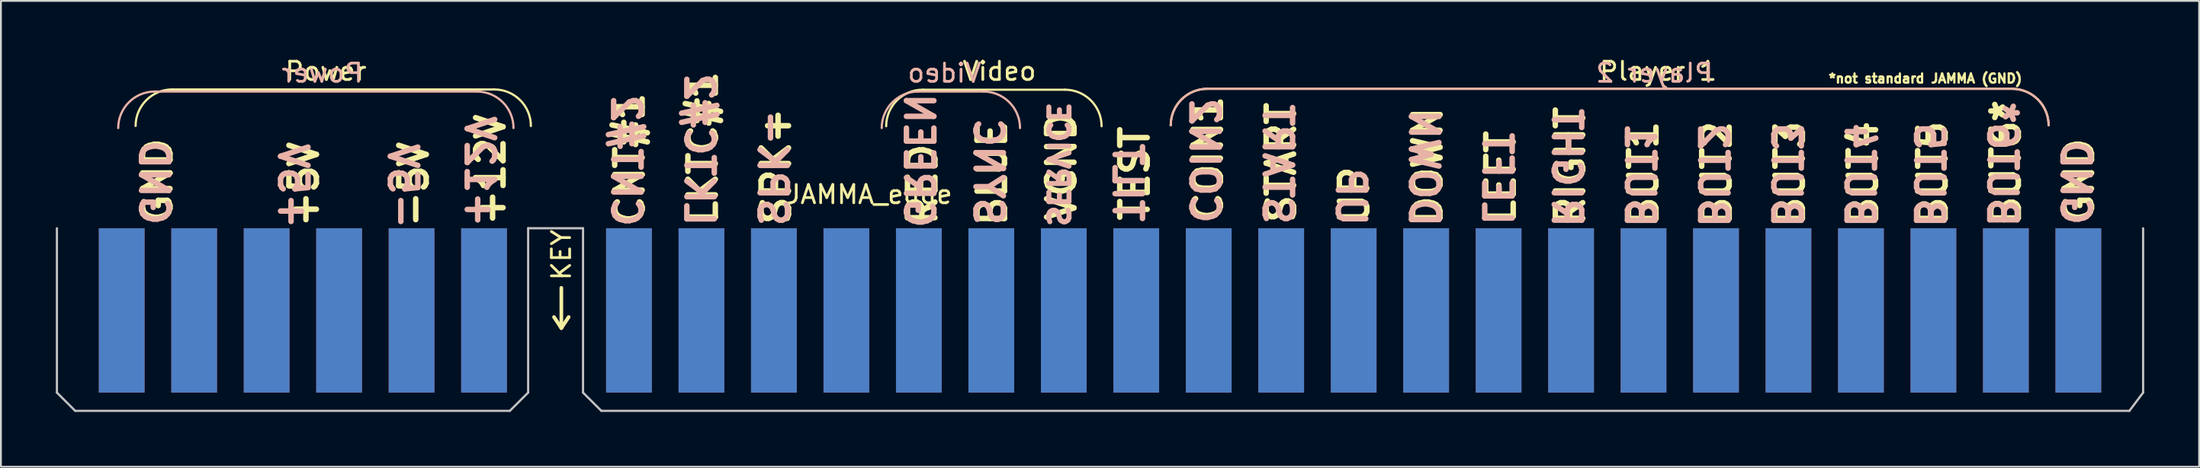
<source format=kicad_pcb>
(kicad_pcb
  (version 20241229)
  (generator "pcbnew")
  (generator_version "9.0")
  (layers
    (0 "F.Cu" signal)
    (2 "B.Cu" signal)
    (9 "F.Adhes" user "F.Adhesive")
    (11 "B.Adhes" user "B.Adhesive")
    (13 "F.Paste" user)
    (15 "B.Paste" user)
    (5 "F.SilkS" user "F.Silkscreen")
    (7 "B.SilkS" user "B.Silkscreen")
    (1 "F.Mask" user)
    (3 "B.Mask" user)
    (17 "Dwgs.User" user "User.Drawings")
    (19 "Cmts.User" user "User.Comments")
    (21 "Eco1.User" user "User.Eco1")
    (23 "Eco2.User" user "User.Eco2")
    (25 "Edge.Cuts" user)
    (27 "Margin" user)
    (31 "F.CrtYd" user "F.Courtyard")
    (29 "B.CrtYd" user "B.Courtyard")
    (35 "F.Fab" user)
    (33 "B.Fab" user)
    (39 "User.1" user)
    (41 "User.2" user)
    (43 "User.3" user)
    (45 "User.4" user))
  (footprint "JAMMA_edge"
    (layer "F.Cu")
    (at 57.06 18.448)
    (property "Reference" "JAMMA_edge" (at -12.6 -10.85 0) (layer "F.SilkS") (effects (font (size 1 1) (thickness 0.15))))
    (attr smd)
    (fp_poly (pts (xy 57 1) (xy -57 1) (xy -57 -9) (xy 57 -9)) (stroke (width 0.1) (type solid)) (fill yes) (layer "F.Mask"))
    (fp_poly (pts (xy 57 1) (xy -57 1) (xy -57 -9) (xy 57 -9)) (stroke (width 0.1) (type solid)) (fill yes) (layer "B.Mask"))
    (fp_line (start -33.1 -16.6) (end -50.7 -16.6) (stroke (width 0.12) (type solid)) (layer "F.SilkS"))
    (fp_line (start -29.836 -4.136) (end -29.436 -3.536) (stroke (width 0.2) (type solid)) (layer "F.SilkS"))
    (fp_line (start -29.436 -5.736) (end -29.436 -3.536) (stroke (width 0.2) (type solid)) (layer "F.SilkS"))
    (fp_line (start -29.436 -3.536) (end -29.036 -4.136) (stroke (width 0.2) (type solid)) (layer "F.SilkS"))
    (fp_line (start -9.686 -16.586) (end -1.914 -16.586) (stroke (width 0.12) (type solid)) (layer "F.SilkS"))
    (fp_line (start 49.836 -16.636) (end 5.864 -16.636) (stroke (width 0.12) (type solid)) (layer "F.SilkS"))
    (fp_arc (start -52.7 -14.6) (mid -52.114209 -16.014209) (end -50.7 -16.6) (stroke (width 0.12) (type solid)) (layer "F.SilkS"))
    (fp_arc (start -33.1 -16.6) (mid -31.685776 -16.014224) (end -31.1 -14.6) (stroke (width 0.12) (type solid)) (layer "F.SilkS"))
    (fp_arc (start -11.685786 -14.585786) (mid -11.1 -16) (end -9.685786 -16.585786) (stroke (width 0.12) (type solid)) (layer "F.SilkS"))
    (fp_arc (start -1.914214 -16.585786) (mid -0.499999 -16.000001) (end 0.085786 -14.585786) (stroke (width 0.12) (type solid)) (layer "F.SilkS"))
    (fp_arc (start 3.864214 -14.635786) (mid 4.449996 -16.050004) (end 5.864214 -16.635786) (stroke (width 0.12) (type solid)) (layer "F.SilkS"))
    (fp_arc (start 49.835786 -16.635786) (mid 51.250004 -16.050004) (end 51.835786 -14.635786) (stroke (width 0.12) (type solid)) (layer "F.SilkS"))
    (fp_line (start -51.65 -16.486) (end -34.05 -16.486) (stroke (width 0.12) (type solid)) (layer "B.SilkS"))
    (fp_line (start -6.371 -16.486) (end -9.929 -16.486) (stroke (width 0.12) (type solid)) (layer "B.SilkS"))
    (fp_line (start 49.836 -16.636) (end 5.864 -16.636) (stroke (width 0.12) (type solid)) (layer "B.SilkS"))
    (fp_arc (start -53.65 -14.485786) (mid -53.064207 -15.899993) (end -51.65 -16.485786) (stroke (width 0.12) (type solid)) (layer "B.SilkS"))
    (fp_arc (start -34.05 -16.485786) (mid -32.635784 -15.900002) (end -32.05 -14.485786) (stroke (width 0.12) (type solid)) (layer "B.SilkS"))
    (fp_arc (start -11.928679 -14.485786) (mid -11.342882 -15.899987) (end -9.928679 -16.485786) (stroke (width 0.12) (type solid)) (layer "B.SilkS"))
    (fp_arc (start -6.371322 -16.485786) (mid -4.957091 -15.900018) (end -4.371322 -14.485786) (stroke (width 0.12) (type solid)) (layer "B.SilkS"))
    (fp_arc (start 3.864214 -14.635786) (mid 4.449996 -16.050004) (end 5.864214 -16.635786) (stroke (width 0.12) (type solid)) (layer "B.SilkS"))
    (fp_arc (start 49.835786 -16.635786) (mid 51.250004 -16.050004) (end 51.835786 -14.635786) (stroke (width 0.12) (type solid)) (layer "B.SilkS"))
    (fp_line (start -57 -9) (end -57 0) (stroke (width 0.12) (type solid)) (layer "Dwgs.User"))
    (fp_line (start -57 0) (end -56 1) (stroke (width 0.12) (type solid)) (layer "Dwgs.User"))
    (fp_line (start -56 1) (end -32.25 1) (stroke (width 0.12) (type solid)) (layer "Dwgs.User"))
    (fp_line (start -31.25 -9) (end -28.25 -9) (stroke (width 0.12) (type solid)) (layer "Dwgs.User"))
    (fp_line (start -31.25 0) (end -32.25 1) (stroke (width 0.12) (type solid)) (layer "Dwgs.User"))
    (fp_line (start -31.25 0) (end -31.25 -9) (stroke (width 0.12) (type solid)) (layer "Dwgs.User"))
    (fp_line (start -28.25 -9) (end -28.25 0) (stroke (width 0.12) (type solid)) (layer "Dwgs.User"))
    (fp_line (start -28.25 0) (end -27.25 1) (stroke (width 0.12) (type solid)) (layer "Dwgs.User"))
    (fp_line (start -27.25 1) (end 56.25 1) (stroke (width 0.12) (type solid)) (layer "Dwgs.User"))
    (fp_line (start 57 0) (end 56.25 1) (stroke (width 0.12) (type solid)) (layer "Dwgs.User"))
    (fp_line (start 57 0) (end 57 -9) (stroke (width 0.12) (type solid)) (layer "Dwgs.User"))
    (fp_text user "COIN1" (at 5.9 -12.8 90) (unlocked yes) (layer "F.SilkS") (effects (font (size 1.5 1.5) (thickness 0.3))))
    (fp_text user "Power" (at -42.3 -17.6 0) (unlocked yes) (layer "F.SilkS") (effects (font (size 1 1) (thickness 0.15))))
    (fp_text user "UP" (at 13.9 -10.8 90) (unlocked yes) (layer "F.SilkS") (effects (font (size 1.5 1.5) (thickness 0.3))))
    (fp_text user "CNT#1" (at -25.7 -12.8 90) (unlocked yes) (layer "F.SilkS") (effects (font (size 1.5 1.5) (thickness 0.3))))
    (fp_text user "TEST" (at 1.9 -12 90) (unlocked yes) (layer "F.SilkS") (effects (font (size 1.5 1.5) (thickness 0.3))))
    (fp_text user "BUT2" (at 33.7 -12 90) (unlocked yes) (layer "F.SilkS") (effects (font (size 1.5 1.5) (thickness 0.3))))
    (fp_text user "BUT3" (at 37.7 -12 90) (unlocked yes) (layer "F.SilkS") (effects (font (size 1.5 1.5) (thickness 0.3))))
    (fp_text user "Player 1" (at 30.5 -17.6 0) (unlocked yes) (layer "F.SilkS") (effects (font (size 1 1) (thickness 0.15))))
    (fp_text user "GND" (at -51.5 -11.6 90) (unlocked yes) (layer "F.SilkS") (effects (font (size 1.5 1.5) (thickness 0.3))))
    (fp_text user "BUT6*" (at 49.5 -12.6 90) (unlocked yes) (layer "F.SilkS") (effects (font (size 1.5 1.5) (thickness 0.3))))
    (fp_text user "BUT5" (at 45.5 -12 90) (unlocked yes) (layer "F.SilkS") (effects (font (size 1.5 1.5) (thickness 0.3))))
    (fp_text user "LKTC#1" (at -21.7 -13.4 90) (unlocked yes) (layer "F.SilkS") (effects (font (size 1.5 1.5) (thickness 0.3))))
    (fp_text user "SPK+" (at -17.7 -12.4 90) (unlocked yes) (layer "F.SilkS") (effects (font (size 1.5 1.5) (thickness 0.3))))
    (fp_text user "Video" (at -5.5 -17.6 0) (unlocked yes) (layer "F.SilkS") (effects (font (size 1 1) (thickness 0.15))))
    (fp_text user "VGND" (at -2.1 -12.4 90) (unlocked yes) (layer "F.SilkS") (effects (font (size 1.5 1.5) (thickness 0.3))))
    (fp_text user "RIGHT" (at 25.7 -12.4 90) (unlocked yes) (layer "F.SilkS") (effects (font (size 1.5 1.5) (thickness 0.3))))
    (fp_text user "START" (at 9.9 -12.6 90) (unlocked yes) (layer "F.SilkS") (effects (font (size 1.5 1.5) (thickness 0.3))))
    (fp_text user "*not standard JAMMA (GND)" (at 45.1 -17.2 0) (unlocked yes) (layer "F.SilkS") (effects (font (size 0.5 0.5) (thickness 0.125))))
    (fp_text user "LEFT" (at 21.9 -11.8 90) (unlocked yes) (layer "F.SilkS") (effects (font (size 1.5 1.5) (thickness 0.3))))
    (fp_text user "BUT4" (at 41.7 -12 90) (unlocked yes) (layer "F.SilkS") (effects (font (size 1.5 1.5) (thickness 0.3))))
    (fp_text user "BLUE" (at -5.9 -12 90) (unlocked yes) (layer "F.SilkS") (effects (font (size 1.5 1.5) (thickness 0.3))))
    (fp_text user "KEY" (at -29.436 -7.536 90) (unlocked yes) (layer "F.SilkS") (effects (font (size 1 1) (thickness 0.15))))
    (fp_text user "-5V" (at -37.5 -11.4 90) (unlocked yes) (layer "F.SilkS") (effects (font (size 1.5 1.5) (thickness 0.3))))
    (fp_text user "RED" (at -9.7 -11.4 90) (unlocked yes) (layer "F.SilkS") (effects (font (size 1.5 1.5) (thickness 0.3))))
    (fp_text user "+5V" (at -43.5 -11.4 90) (unlocked yes) (layer "F.SilkS") (effects (font (size 1.5 1.5) (thickness 0.3))))
    (fp_text user "+12V" (at -33.3 -12.2 90) (unlocked yes) (layer "F.SilkS") (effects (font (size 1.5 1.5) (thickness 0.3))))
    (fp_text user "BUT1" (at 29.7 -12 90) (unlocked yes) (layer "F.SilkS") (effects (font (size 1.5 1.5) (thickness 0.3))))
    (fp_text user "DOWN" (at 17.9 -12.4 90) (unlocked yes) (layer "F.SilkS") (effects (font (size 1.5 1.5) (thickness 0.3))))
    (fp_text user "GND" (at 53.5 -11.6 90) (unlocked yes) (layer "F.SilkS") (effects (font (size 1.5 1.5) (thickness 0.3))))
    (fp_text user "LEFT" (at 21.7 -11.7 270) (unlocked yes) (layer "B.SilkS") (effects (font (size 1.5 1.5) (thickness 0.3)) (justify mirror)))
    (fp_text user "GREEN" (at -9.9 -12.7 270) (unlocked yes) (layer "B.SilkS") (effects (font (size 1.5 1.5) (thickness 0.3)) (justify mirror)))
    (fp_text user "GND" (at 53.3 -11.5 270) (unlocked yes) (layer "B.SilkS") (effects (font (size 1.5 1.5) (thickness 0.3)) (justify mirror)))
    (fp_text user "SPK-" (at -17.9 -12.3 270) (unlocked yes) (layer "B.SilkS") (effects (font (size 1.5 1.5) (thickness 0.3)) (justify mirror)))
    (fp_text user "SERVICE" (at -2.3 -12.5 270) (unlocked yes) (layer "B.SilkS") (effects (font (size 1.1 1.1) (thickness 0.275)) (justify mirror)))
    (fp_text user "RIGHT" (at 25.5 -12.3 270) (unlocked yes) (layer "B.SilkS") (effects (font (size 1.5 1.5) (thickness 0.3)) (justify mirror)))
    (fp_text user "DOWN" (at 17.7 -12.3 270) (unlocked yes) (layer "B.SilkS") (effects (font (size 1.5 1.5) (thickness 0.3)) (justify mirror)))
    (fp_text user "+12V" (at -33.9 -12.1 270) (unlocked yes) (layer "B.SilkS") (effects (font (size 1.5 1.5) (thickness 0.3)) (justify mirror)))
    (fp_text user "SYNC" (at -6.1 -12.1 270) (unlocked yes) (layer "B.SilkS") (effects (font (size 1.5 1.5) (thickness 0.3)) (justify mirror)))
    (fp_text user "UP" (at 13.7 -10.7 270) (unlocked yes) (layer "B.SilkS") (effects (font (size 1.5 1.5) (thickness 0.3)) (justify mirror)))
    (fp_text user "LKTC#2" (at -21.9 -13.3 270) (unlocked yes) (layer "B.SilkS") (effects (font (size 1.5 1.5) (thickness 0.3)) (justify mirror)))
    (fp_text user "-5V" (at -38.1 -11.3 270) (unlocked yes) (layer "B.SilkS") (effects (font (size 1.5 1.5) (thickness 0.3)) (justify mirror)))
    (fp_text user "CNT#2" (at -25.9 -12.7 270) (unlocked yes) (layer "B.SilkS") (effects (font (size 1.5 1.5) (thickness 0.3)) (justify mirror)))
    (fp_text user "BUT1" (at 29.5 -11.9 270) (unlocked yes) (layer "B.SilkS") (effects (font (size 1.5 1.5) (thickness 0.3)) (justify mirror)))
    (fp_text user "BUT4" (at 41.5 -11.9 270) (unlocked yes) (layer "B.SilkS") (effects (font (size 1.5 1.5) (thickness 0.3)) (justify mirror)))
    (fp_text user "+5V" (at -44.1 -11.3 270) (unlocked yes) (layer "B.SilkS") (effects (font (size 1.5 1.5) (thickness 0.3)) (justify mirror)))
    (fp_text user "BUT3" (at 37.5 -11.9 270) (unlocked yes) (layer "B.SilkS") (effects (font (size 1.5 1.5) (thickness 0.3)) (justify mirror)))
    (fp_text user "TILT" (at 1.5 -11.5 270) (unlocked yes) (layer "B.SilkS") (effects (font (size 1.5 1.5) (thickness 0.3)) (justify mirror)))
    (fp_text user "COIN2" (at 5.7 -12.7 270) (unlocked yes) (layer "B.SilkS") (effects (font (size 1.5 1.5) (thickness 0.3)) (justify mirror)))
    (fp_text user "BUT2" (at 33.5 -11.9 270) (unlocked yes) (layer "B.SilkS") (effects (font (size 1.5 1.5) (thickness 0.3)) (justify mirror)))
    (fp_text user "Power" (at -42.5 -17.5 0) (unlocked yes) (layer "B.SilkS") (effects (font (size 1 1) (thickness 0.15)) (justify mirror)))
    (fp_text user "START" (at 9.7 -12.5 270) (unlocked yes) (layer "B.SilkS") (effects (font (size 1.5 1.5) (thickness 0.3)) (justify mirror)))
    (fp_text user "BUT6*" (at 49.3 -12.5 270) (unlocked yes) (layer "B.SilkS") (effects (font (size 1.5 1.5) (thickness 0.3)) (justify mirror)))
    (fp_text user "Video" (at -8.5 -17.5 0) (unlocked yes) (layer "B.SilkS") (effects (font (size 1 1) (thickness 0.15)) (justify mirror)))
    (fp_text user "Player 2" (at 30.3 -17.5 0) (unlocked yes) (layer "B.SilkS") (effects (font (size 1 1) (thickness 0.15)) (justify mirror)))
    (fp_text user "BUT5" (at 45.3 -11.9 270) (unlocked yes) (layer "B.SilkS") (effects (font (size 1.5 1.5) (thickness 0.3)) (justify mirror)))
    (fp_text user "GND" (at -51.7 -11.5 270) (unlocked yes) (layer "B.SilkS") (effects (font (size 1.5 1.5) (thickness 0.3)) (justify mirror)))
    (pad "1" smd rect (at -53.46 -4.5) (size 2.5 9) (layers "F.Cu" "F.Mask"))
    (pad "2" smd rect (at -49.5 -4.5) (size 2.5 9) (layers "F.Cu" "F.Mask"))
    (pad "3" smd rect (at -45.54 -4.5) (size 2.5 9) (layers "F.Cu" "F.Mask"))
    (pad "4" smd rect (at -41.58 -4.5) (size 2.5 9) (layers "F.Cu" "F.Mask"))
    (pad "5" smd rect (at -37.62 -4.5) (size 2.5 9) (layers "F.Cu" "F.Mask"))
    (pad "6" smd rect (at -33.66 -4.5) (size 2.5 9) (layers "F.Cu" "F.Mask"))
    (pad "8" smd rect (at -25.74 -4.5) (size 2.5 9) (layers "F.Cu" "F.Mask"))
    (pad "9" smd rect (at -21.78 -4.5) (size 2.5 9) (layers "F.Cu" "F.Mask"))
    (pad "10" smd rect (at -17.82 -4.5) (size 2.5 9) (layers "F.Cu" "F.Mask"))
    (pad "11" smd rect (at -13.86 -4.5) (size 2.5 9) (layers "F.Cu" "F.Mask"))
    (pad "12" smd rect (at -9.9 -4.5) (size 2.5 9) (layers "F.Cu" "F.Mask"))
    (pad "13" smd rect (at -5.94 -4.5) (size 2.5 9) (layers "F.Cu" "F.Mask"))
    (pad "14" smd rect (at -1.98 -4.5) (size 2.5 9) (layers "F.Cu" "F.Mask"))
    (pad "15" smd rect (at 1.98 -4.5) (size 2.5 9) (layers "F.Cu" "F.Mask"))
    (pad "16" smd rect (at 5.94 -4.5) (size 2.5 9) (layers "F.Cu" "F.Mask"))
    (pad "17" smd rect (at 9.9 -4.5) (size 2.5 9) (layers "F.Cu" "F.Mask"))
    (pad "18" smd rect (at 13.86 -4.5) (size 2.5 9) (layers "F.Cu" "F.Mask"))
    (pad "19" smd rect (at 17.82 -4.5) (size 2.5 9) (layers "F.Cu" "F.Mask"))
    (pad "20" smd rect (at 21.78 -4.5) (size 2.5 9) (layers "F.Cu" "F.Mask"))
    (pad "21" smd rect (at 25.74 -4.5) (size 2.5 9) (layers "F.Cu" "F.Mask"))
    (pad "22" smd rect (at 29.7 -4.5) (size 2.5 9) (layers "F.Cu" "F.Mask"))
    (pad "23" smd rect (at 33.66 -4.5) (size 2.5 9) (layers "F.Cu" "F.Mask"))
    (pad "24" smd rect (at 37.62 -4.5) (size 2.5 9) (layers "F.Cu" "F.Mask"))
    (pad "25" smd rect (at 41.58 -4.5) (size 2.5 9) (layers "F.Cu" "F.Mask"))
    (pad "26" smd rect (at 45.54 -4.5) (size 2.5 9) (layers "F.Cu" "F.Mask"))
    (pad "27" smd rect (at 49.5 -4.5) (size 2.5 9) (layers "F.Cu" "F.Mask"))
    (pad "28" smd rect (at 53.46 -4.5) (size 2.5 9) (layers "F.Cu" "F.Mask"))
    (pad "A" smd rect (at -53.46 -4.5) (size 2.5 9) (layers "B.Cu" "B.Mask"))
    (pad "B" smd rect (at -49.5 -4.5) (size 2.5 9) (layers "B.Cu" "B.Mask"))
    (pad "C" smd rect (at -45.54 -4.5) (size 2.5 9) (layers "B.Cu" "B.Mask"))
    (pad "D" smd rect (at -41.58 -4.5) (size 2.5 9) (layers "B.Cu" "B.Mask"))
    (pad "E" smd rect (at -37.62 -4.5) (size 2.5 9) (layers "B.Cu" "B.Mask"))
    (pad "F" smd rect (at -33.66 -4.5) (size 2.5 9) (layers "B.Cu" "B.Mask"))
    (pad "J" smd rect (at -25.74 -4.5) (size 2.5 9) (layers "B.Cu" "B.Mask"))
    (pad "K" smd rect (at -21.78 -4.5) (size 2.5 9) (layers "B.Cu" "B.Mask"))
    (pad "L" smd rect (at -17.82 -4.5) (size 2.5 9) (layers "B.Cu" "B.Mask"))
    (pad "M" smd rect (at -13.86 -4.5) (size 2.5 9) (layers "B.Cu" "B.Mask"))
    (pad "N" smd rect (at -9.9 -4.5) (size 2.5 9) (layers "B.Cu" "B.Mask"))
    (pad "P" smd rect (at -5.94 -4.5) (size 2.5 9) (layers "B.Cu" "B.Mask"))
    (pad "R" smd rect (at -1.98 -4.5) (size 2.5 9) (layers "B.Cu" "B.Mask"))
    (pad "S" smd rect (at 1.98 -4.5) (size 2.5 9) (layers "B.Cu" "B.Mask"))
    (pad "T" smd rect (at 5.94 -4.5) (size 2.5 9) (layers "B.Cu" "B.Mask"))
    (pad "U" smd rect (at 9.9 -4.5) (size 2.5 9) (layers "B.Cu" "B.Mask"))
    (pad "V" smd rect (at 13.86 -4.5) (size 2.5 9) (layers "B.Cu" "B.Mask"))
    (pad "W" smd rect (at 17.82 -4.5) (size 2.5 9) (layers "B.Cu" "B.Mask"))
    (pad "X" smd rect (at 21.78 -4.5) (size 2.5 9) (layers "B.Cu" "B.Mask"))
    (pad "Y" smd rect (at 25.74 -4.5) (size 2.5 9) (layers "B.Cu" "B.Mask"))
    (pad "Z" smd rect (at 29.7 -4.5) (size 2.5 9) (layers "B.Cu" "B.Mask"))
    (pad "a" smd rect (at 33.66 -4.5) (size 2.5 9) (layers "B.Cu" "B.Mask"))
    (pad "b" smd rect (at 37.62 -4.5) (size 2.5 9) (layers "B.Cu" "B.Mask"))
    (pad "c" smd rect (at 41.58 -4.5) (size 2.5 9) (layers "B.Cu" "B.Mask"))
    (pad "d" smd rect (at 45.54 -4.5) (size 2.5 9) (layers "B.Cu" "B.Mask"))
    (pad "e" smd rect (at 49.5 -4.5) (size 2.5 9) (layers "B.Cu" "B.Mask"))
    (pad "f" smd rect (at 53.46 -4.5) (size 2.5 9) (layers "B.Cu" "B.Mask")))
  (gr_rect
    (start -3 -3)
    (end 117.12 22.508)
    (stroke (width 0.1) (type default))
    (fill no)
    (layer "Edge.Cuts")))
</source>
